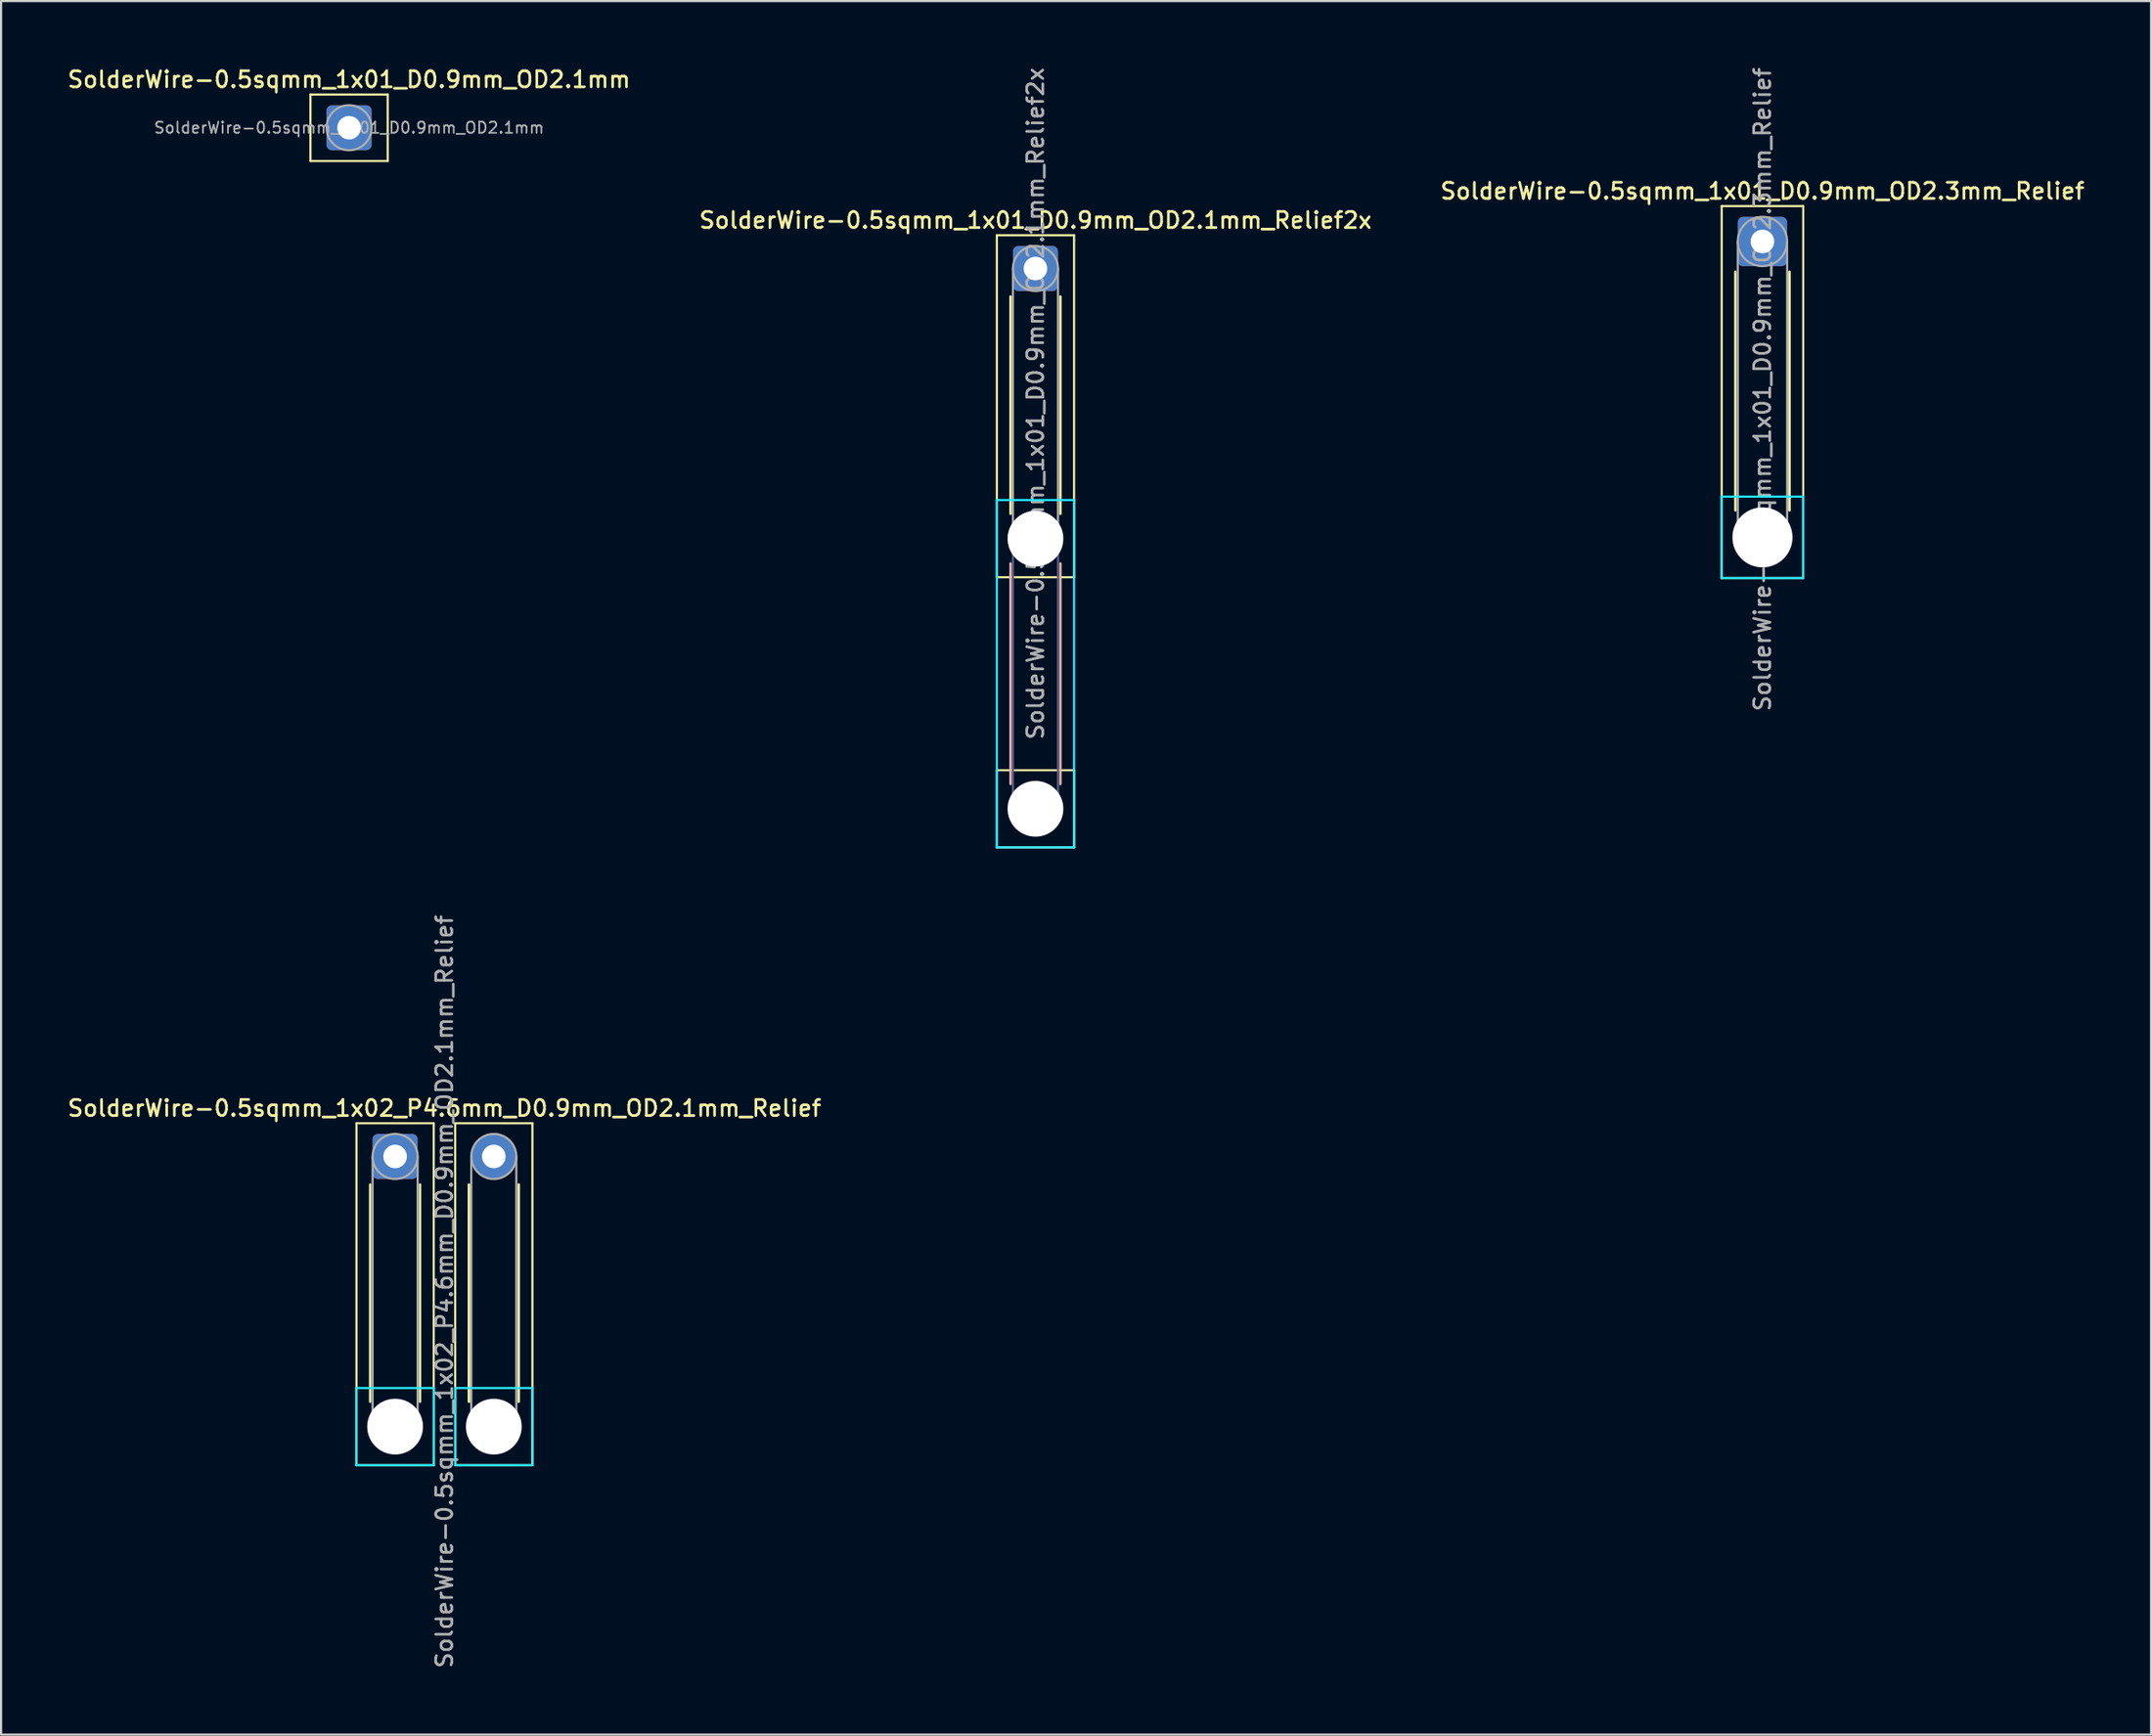
<source format=kicad_pcb>
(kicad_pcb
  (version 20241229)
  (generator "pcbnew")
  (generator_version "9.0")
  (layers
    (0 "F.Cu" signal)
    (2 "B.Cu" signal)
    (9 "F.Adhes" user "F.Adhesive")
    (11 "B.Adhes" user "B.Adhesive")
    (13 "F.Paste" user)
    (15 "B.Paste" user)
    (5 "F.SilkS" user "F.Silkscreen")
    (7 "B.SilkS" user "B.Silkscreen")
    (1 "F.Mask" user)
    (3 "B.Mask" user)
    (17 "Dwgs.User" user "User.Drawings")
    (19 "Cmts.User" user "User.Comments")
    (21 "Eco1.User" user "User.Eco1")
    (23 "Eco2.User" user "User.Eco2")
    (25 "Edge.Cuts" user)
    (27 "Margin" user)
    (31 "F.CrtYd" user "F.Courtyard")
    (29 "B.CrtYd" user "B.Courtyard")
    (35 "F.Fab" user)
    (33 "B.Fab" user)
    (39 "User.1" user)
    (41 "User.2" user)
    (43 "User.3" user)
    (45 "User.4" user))
  (footprint "SolderWire-0.5sqmm_1x02_P4.6mm_D0.9mm_OD2.1mm_Relief"
    (layer "F.Cu")
    (at 15.366 50.889)
    (property "Reference" "SolderWire-0.5sqmm_1x02_P4.6mm_D0.9mm_OD2.1mm_Relief" (at 2.3 -2.25 0) (layer "F.SilkS") (effects (font (size 0.75 0.75) (thickness 0.125))))
    (attr exclude_from_pos_files exclude_from_bom)
    (fp_line (start -1.8 -1.55) (end -1.8 14.4) (stroke (width 0.1) (type solid)) (layer "F.SilkS"))
    (fp_line (start -1.8 14.4) (end 1.8 14.4) (stroke (width 0.1) (type solid)) (layer "F.SilkS"))
    (fp_line (start -1.16 1.31) (end -1.16 11.44) (stroke (width 0.12) (type solid)) (layer "F.SilkS"))
    (fp_line (start 1.16 1.31) (end 1.16 11.44) (stroke (width 0.12) (type solid)) (layer "F.SilkS"))
    (fp_line (start 1.8 -1.55) (end -1.8 -1.55) (stroke (width 0.1) (type solid)) (layer "F.SilkS"))
    (fp_line (start 1.8 14.4) (end 1.8 -1.55) (stroke (width 0.1) (type solid)) (layer "F.SilkS"))
    (fp_line (start 2.8 -1.55) (end 2.8 14.4) (stroke (width 0.1) (type solid)) (layer "F.SilkS"))
    (fp_line (start 2.8 14.4) (end 6.4 14.4) (stroke (width 0.1) (type solid)) (layer "F.SilkS"))
    (fp_line (start 3.44 1.31) (end 3.44 11.44) (stroke (width 0.12) (type solid)) (layer "F.SilkS"))
    (fp_line (start 5.76 1.31) (end 5.76 11.44) (stroke (width 0.12) (type solid)) (layer "F.SilkS"))
    (fp_line (start 6.4 -1.55) (end 2.8 -1.55) (stroke (width 0.1) (type solid)) (layer "F.SilkS"))
    (fp_line (start 6.4 14.4) (end 6.4 -1.55) (stroke (width 0.1) (type solid)) (layer "F.SilkS"))
    (fp_line (start -1.8 10.8) (end -1.8 14.4) (stroke (width 0.1) (type solid)) (layer "B.CrtYd"))
    (fp_line (start -1.8 14.4) (end 1.8 14.4) (stroke (width 0.1) (type solid)) (layer "B.CrtYd"))
    (fp_line (start 1.8 10.8) (end -1.8 10.8) (stroke (width 0.1) (type solid)) (layer "B.CrtYd"))
    (fp_line (start 1.8 14.4) (end 1.8 10.8) (stroke (width 0.1) (type solid)) (layer "B.CrtYd"))
    (fp_line (start 2.8 10.8) (end 2.8 14.4) (stroke (width 0.1) (type solid)) (layer "B.CrtYd"))
    (fp_line (start 2.8 14.4) (end 6.4 14.4) (stroke (width 0.1) (type solid)) (layer "B.CrtYd"))
    (fp_line (start 6.4 10.8) (end 2.8 10.8) (stroke (width 0.1) (type solid)) (layer "B.CrtYd"))
    (fp_line (start 6.4 14.4) (end 6.4 10.8) (stroke (width 0.1) (type solid)) (layer "B.CrtYd"))
    (fp_line (start -1.05 0) (end -1.05 12.6) (stroke (width 0.1) (type solid)) (layer "F.Fab"))
    (fp_line (start 1.05 0) (end 1.05 12.6) (stroke (width 0.1) (type solid)) (layer "F.Fab"))
    (fp_line (start 3.55 0) (end 3.55 12.6) (stroke (width 0.1) (type solid)) (layer "F.Fab"))
    (fp_line (start 5.65 0) (end 5.65 12.6) (stroke (width 0.1) (type solid)) (layer "F.Fab"))
    (fp_circle (center 0 0) (end 1.05 0) (stroke (width 0.1) (type solid)) (fill no) (layer "F.Fab"))
    (fp_circle (center 0 12.6) (end 1.05 12.6) (stroke (width 0.1) (type solid)) (fill no) (layer "F.Fab"))
    (fp_circle (center 4.6 0) (end 5.65 0) (stroke (width 0.1) (type solid)) (fill no) (layer "F.Fab"))
    (fp_circle (center 4.6 12.6) (end 5.65 12.6) (stroke (width 0.1) (type solid)) (fill no) (layer "F.Fab"))
    (fp_text user "${REFERENCE}" (at 2.3 6.3 90) (layer "F.Fab") (effects (font (size 0.75 0.75) (thickness 0.125))))
    (pad "" np_thru_hole circle (at 0 12.6) (size 2.6 2.6) (drill 2.6) (layers "*.Cu" "*.Mask"))
    (pad "" np_thru_hole circle (at 4.6 12.6) (size 2.6 2.6) (drill 2.6) (layers "*.Cu" "*.Mask"))
    (pad "1" thru_hole roundrect (at 0 0) (size 2.1 2.1) (drill 1.1) (layers "*.Cu" "*.Mask") (roundrect_rratio 0.119))
    (pad "2" thru_hole circle (at 4.6 0) (size 2.1 2.1) (drill 1.1) (layers "*.Cu" "*.Mask")))
  (footprint "SolderWire-0.5sqmm_1x01_D0.9mm_OD2.1mm"
    (layer "F.Cu")
    (at 13.22 2.908)
    (property "Reference" "SolderWire-0.5sqmm_1x01_D0.9mm_OD2.1mm" (at 0 -2.25 0) (layer "F.SilkS") (effects (font (size 0.75 0.75) (thickness 0.125))))
    (attr exclude_from_pos_files exclude_from_bom)
    (fp_line (start -1.8 -1.55) (end -1.8 1.55) (stroke (width 0.1) (type solid)) (layer "F.SilkS"))
    (fp_line (start -1.8 1.55) (end 1.8 1.55) (stroke (width 0.1) (type solid)) (layer "F.SilkS"))
    (fp_line (start 1.8 -1.55) (end -1.8 -1.55) (stroke (width 0.1) (type solid)) (layer "F.SilkS"))
    (fp_line (start 1.8 1.55) (end 1.8 -1.55) (stroke (width 0.1) (type solid)) (layer "F.SilkS"))
    (fp_circle (center 0 0) (end 1.05 0) (stroke (width 0.1) (type solid)) (fill no) (layer "F.Fab"))
    (fp_text user "${REFERENCE}" (at 0 0 0) (layer "F.Fab") (effects (font (size 0.52 0.52) (thickness 0.08))))
    (pad "1" thru_hole roundrect (at 0 0) (size 2.1 2.1) (drill 1.1) (layers "*.Cu" "*.Mask") (roundrect_rratio 0.119)))
  (footprint "SolderWire-0.5sqmm_1x01_D0.9mm_OD2.1mm_Relief2x"
    (layer "F.Cu")
    (at 45.213 9.473)
    (property "Reference" "SolderWire-0.5sqmm_1x01_D0.9mm_OD2.1mm_Relief2x" (at 0 -2.25 0) (layer "F.SilkS") (effects (font (size 0.75 0.75) (thickness 0.125))))
    (attr exclude_from_pos_files exclude_from_bom)
    (fp_line (start -1.8 -1.55) (end -1.8 14.4) (stroke (width 0.1) (type solid)) (layer "F.SilkS"))
    (fp_line (start -1.8 14.4) (end 1.8 14.4) (stroke (width 0.1) (type solid)) (layer "F.SilkS"))
    (fp_line (start -1.8 23.4) (end -1.8 27) (stroke (width 0.1) (type solid)) (layer "F.SilkS"))
    (fp_line (start -1.8 27) (end 1.8 27) (stroke (width 0.1) (type solid)) (layer "F.SilkS"))
    (fp_line (start -1.16 1.31) (end -1.16 11.44) (stroke (width 0.12) (type solid)) (layer "F.SilkS"))
    (fp_line (start 1.16 1.31) (end 1.16 11.44) (stroke (width 0.12) (type solid)) (layer "F.SilkS"))
    (fp_line (start 1.8 -1.55) (end -1.8 -1.55) (stroke (width 0.1) (type solid)) (layer "F.SilkS"))
    (fp_line (start 1.8 14.4) (end 1.8 -1.55) (stroke (width 0.1) (type solid)) (layer "F.SilkS"))
    (fp_line (start 1.8 23.4) (end -1.8 23.4) (stroke (width 0.1) (type solid)) (layer "F.SilkS"))
    (fp_line (start 1.8 27) (end 1.8 23.4) (stroke (width 0.1) (type solid)) (layer "F.SilkS"))
    (fp_line (start -1.16 13.76) (end -1.16 24.04) (stroke (width 0.12) (type solid)) (layer "B.SilkS"))
    (fp_line (start 1.16 13.76) (end 1.16 24.04) (stroke (width 0.12) (type solid)) (layer "B.SilkS"))
    (fp_line (start -1.8 10.8) (end -1.8 27) (stroke (width 0.1) (type solid)) (layer "B.CrtYd"))
    (fp_line (start -1.8 27) (end 1.8 27) (stroke (width 0.1) (type solid)) (layer "B.CrtYd"))
    (fp_line (start 1.8 10.8) (end -1.8 10.8) (stroke (width 0.1) (type solid)) (layer "B.CrtYd"))
    (fp_line (start 1.8 27) (end 1.8 10.8) (stroke (width 0.1) (type solid)) (layer "B.CrtYd"))
    (fp_line (start -1.05 12.6) (end -1.05 25.2) (stroke (width 0.1) (type solid)) (layer "B.Fab"))
    (fp_line (start 1.05 12.6) (end 1.05 25.2) (stroke (width 0.1) (type solid)) (layer "B.Fab"))
    (fp_circle (center 0 12.6) (end 1.05 12.6) (stroke (width 0.1) (type solid)) (fill no) (layer "B.Fab"))
    (fp_circle (center 0 25.2) (end 1.05 25.2) (stroke (width 0.1) (type solid)) (fill no) (layer "B.Fab"))
    (fp_line (start -1.05 0) (end -1.05 12.6) (stroke (width 0.1) (type solid)) (layer "F.Fab"))
    (fp_line (start 1.05 0) (end 1.05 12.6) (stroke (width 0.1) (type solid)) (layer "F.Fab"))
    (fp_circle (center 0 0) (end 1.05 0) (stroke (width 0.1) (type solid)) (fill no) (layer "F.Fab"))
    (fp_circle (center 0 12.6) (end 1.05 12.6) (stroke (width 0.1) (type solid)) (fill no) (layer "F.Fab"))
    (fp_circle (center 0 25.2) (end 1.05 25.2) (stroke (width 0.1) (type solid)) (fill no) (layer "F.Fab"))
    (fp_text user "${REFERENCE}" (at 0 6.3 90) (layer "F.Fab") (effects (font (size 0.75 0.75) (thickness 0.125))))
    (pad "" np_thru_hole circle (at 0 12.6) (size 2.6 2.6) (drill 2.6) (layers "*.Cu" "*.Mask"))
    (pad "" np_thru_hole circle (at 0 25.2) (size 2.6 2.6) (drill 2.6) (layers "*.Cu" "*.Mask"))
    (pad "1" thru_hole roundrect (at 0 0) (size 2.1 2.1) (drill 1.1) (layers "*.Cu" "*.Mask") (roundrect_rratio 0.119)))
  (footprint "SolderWire-0.5sqmm_1x01_D0.9mm_OD2.3mm_Relief"
    (layer "F.Cu")
    (at 79.098 8.213)
    (property "Reference" "SolderWire-0.5sqmm_1x01_D0.9mm_OD2.3mm_Relief" (at 0 -2.35 0) (layer "F.SilkS") (effects (font (size 0.75 0.75) (thickness 0.125))))
    (attr exclude_from_pos_files exclude_from_bom)
    (fp_line (start -1.9 -1.65) (end -1.9 15.7) (stroke (width 0.1) (type solid)) (layer "F.SilkS"))
    (fp_line (start -1.9 15.7) (end 1.9 15.7) (stroke (width 0.1) (type solid)) (layer "F.SilkS"))
    (fp_line (start -1.26 1.41) (end -1.26 12.54) (stroke (width 0.12) (type solid)) (layer "F.SilkS"))
    (fp_line (start 1.26 1.41) (end 1.26 12.54) (stroke (width 0.12) (type solid)) (layer "F.SilkS"))
    (fp_line (start 1.9 -1.65) (end -1.9 -1.65) (stroke (width 0.1) (type solid)) (layer "F.SilkS"))
    (fp_line (start 1.9 15.7) (end 1.9 -1.65) (stroke (width 0.1) (type solid)) (layer "F.SilkS"))
    (fp_line (start -1.9 11.9) (end -1.9 15.7) (stroke (width 0.1) (type solid)) (layer "B.CrtYd"))
    (fp_line (start -1.9 15.7) (end 1.9 15.7) (stroke (width 0.1) (type solid)) (layer "B.CrtYd"))
    (fp_line (start 1.9 11.9) (end -1.9 11.9) (stroke (width 0.1) (type solid)) (layer "B.CrtYd"))
    (fp_line (start 1.9 15.7) (end 1.9 11.9) (stroke (width 0.1) (type solid)) (layer "B.CrtYd"))
    (fp_line (start -1.15 0) (end -1.15 13.8) (stroke (width 0.1) (type solid)) (layer "F.Fab"))
    (fp_line (start 1.15 0) (end 1.15 13.8) (stroke (width 0.1) (type solid)) (layer "F.Fab"))
    (fp_circle (center 0 0) (end 1.15 0) (stroke (width 0.1) (type solid)) (fill no) (layer "F.Fab"))
    (fp_circle (center 0 13.8) (end 1.15 13.8) (stroke (width 0.1) (type solid)) (fill no) (layer "F.Fab"))
    (fp_text user "${REFERENCE}" (at 0 6.9 90) (layer "F.Fab") (effects (font (size 0.75 0.75) (thickness 0.125))))
    (pad "" np_thru_hole circle (at 0 13.8) (size 2.8 2.8) (drill 2.8) (layers "*.Cu" "*.Mask"))
    (pad "1" thru_hole roundrect (at 0 0) (size 2.3 2.3) (drill 1.1) (layers "*.Cu" "*.Mask") (roundrect_rratio 0.109)))
  (gr_rect
    (start -3 -3)
    (end 97.211 77.855)
    (stroke (width 0.1) (type default))
    (fill no)
    (layer "Edge.Cuts")))
</source>
